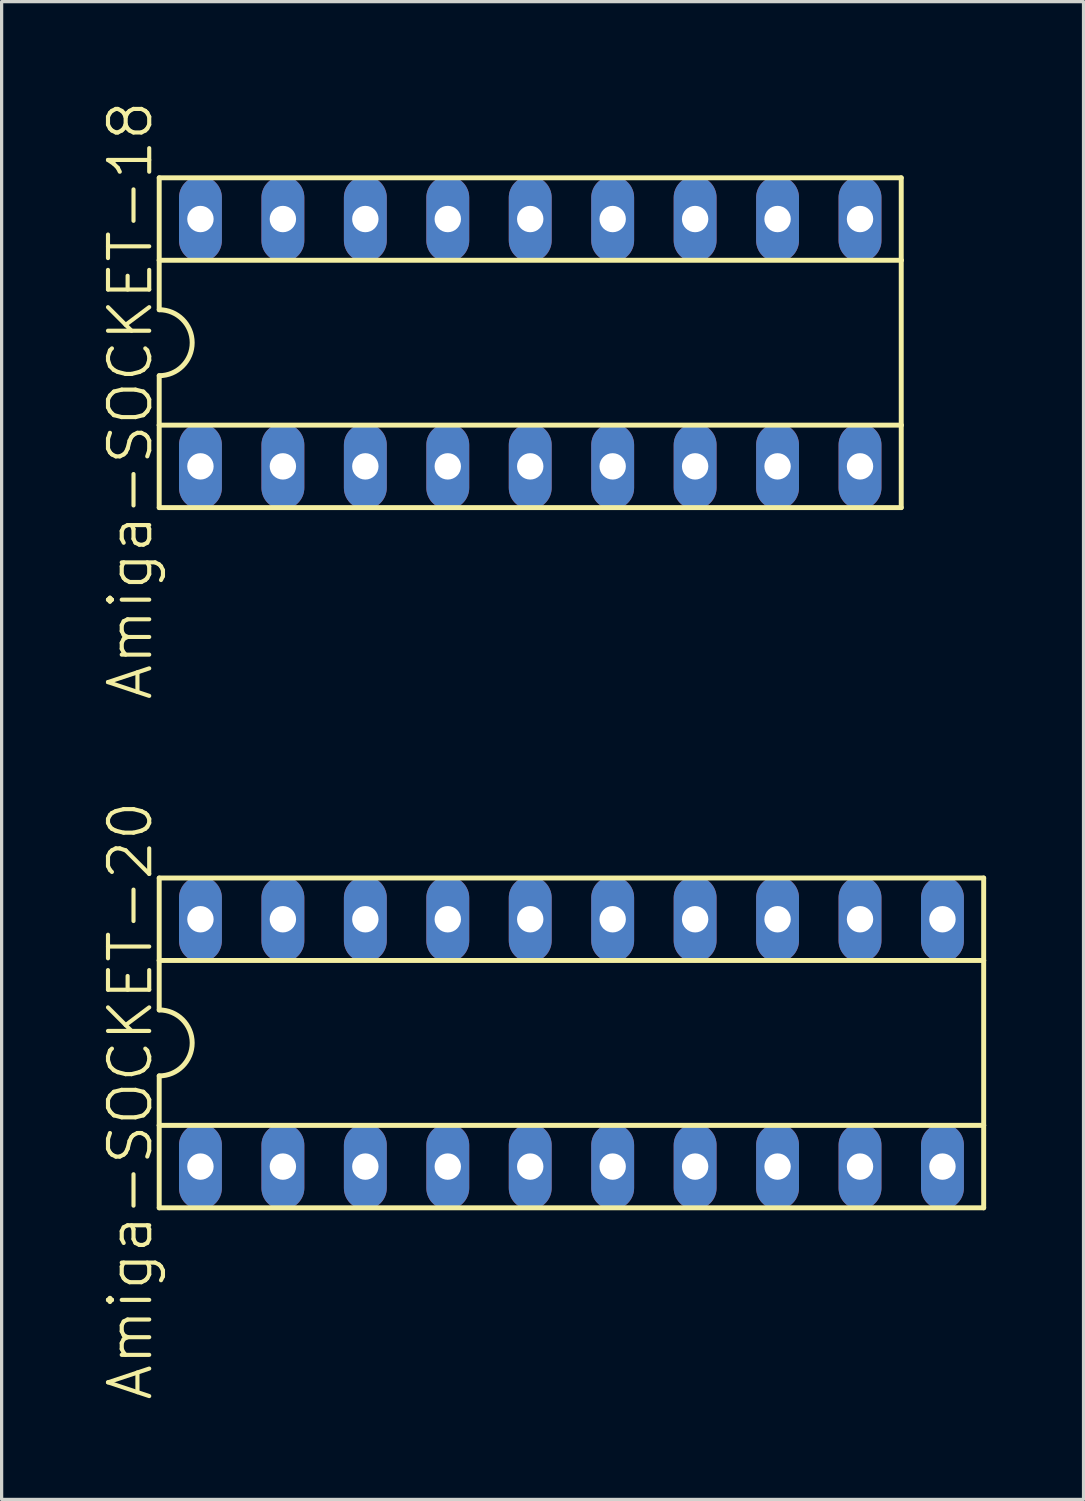
<source format=kicad_pcb>
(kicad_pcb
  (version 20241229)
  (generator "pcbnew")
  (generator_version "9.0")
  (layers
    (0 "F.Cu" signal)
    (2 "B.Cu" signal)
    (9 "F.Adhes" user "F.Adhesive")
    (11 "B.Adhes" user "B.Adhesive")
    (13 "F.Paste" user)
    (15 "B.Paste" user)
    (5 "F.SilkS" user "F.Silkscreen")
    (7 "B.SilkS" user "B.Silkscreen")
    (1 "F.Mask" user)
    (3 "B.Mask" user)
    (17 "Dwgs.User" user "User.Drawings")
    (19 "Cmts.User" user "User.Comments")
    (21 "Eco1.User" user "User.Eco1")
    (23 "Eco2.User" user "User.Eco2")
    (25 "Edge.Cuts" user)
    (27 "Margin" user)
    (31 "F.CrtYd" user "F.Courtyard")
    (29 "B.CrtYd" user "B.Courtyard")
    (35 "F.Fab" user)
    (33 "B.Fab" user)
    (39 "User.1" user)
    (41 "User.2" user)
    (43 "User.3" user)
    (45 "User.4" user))
  (footprint "Amiga-SOCKET-20"
    (layer "F.Cu")
    (at 14.555 29.08)
    (property "Reference" "Amiga-SOCKET-20" (at -13.589 1.778 90) (layer "F.SilkS") (effects (font (size 1.27 1.27) (thickness 0.127))))
    (attr exclude_from_pos_files exclude_from_bom)
    (fp_line (start -12.7 -5.08) (end -12.7 -2.54) (stroke (width 0.152) (type solid)) (layer "F.SilkS"))
    (fp_line (start -12.7 -2.54) (end -12.7 -1.016) (stroke (width 0.152) (type solid)) (layer "F.SilkS"))
    (fp_line (start -12.7 -2.54) (end 12.7 -2.54) (stroke (width 0.152) (type solid)) (layer "F.SilkS"))
    (fp_line (start -12.7 2.54) (end -12.7 1.016) (stroke (width 0.152) (type solid)) (layer "F.SilkS"))
    (fp_line (start -12.7 2.54) (end 12.7 2.54) (stroke (width 0.152) (type solid)) (layer "F.SilkS"))
    (fp_line (start -12.7 5.08) (end -12.7 2.54) (stroke (width 0.152) (type solid)) (layer "F.SilkS"))
    (fp_line (start -12.7 5.08) (end 12.7 5.08) (stroke (width 0.152) (type solid)) (layer "F.SilkS"))
    (fp_line (start 12.7 -5.08) (end -12.7 -5.08) (stroke (width 0.152) (type solid)) (layer "F.SilkS"))
    (fp_line (start 12.7 -5.08) (end 12.7 -2.54) (stroke (width 0.152) (type solid)) (layer "F.SilkS"))
    (fp_line (start 12.7 -2.54) (end 12.7 2.54) (stroke (width 0.152) (type solid)) (layer "F.SilkS"))
    (fp_line (start 12.7 2.54) (end 12.7 5.08) (stroke (width 0.152) (type solid)) (layer "F.SilkS"))
    (fp_arc (start -12.7 -1.016) (mid -11.684 0) (end -12.7 1.016) (stroke (width 0.1524) (type solid)) (layer "F.SilkS"))
    (pad "1" thru_hole oval (at -11.43 3.81 180) (size 1.321 2.642) (drill 0.813) (layers "*.Cu" "*.Paste" "*.Mask"))
    (pad "2" thru_hole oval (at -8.89 3.81 180) (size 1.321 2.642) (drill 0.813) (layers "*.Cu" "*.Paste" "*.Mask"))
    (pad "3" thru_hole oval (at -6.35 3.81 180) (size 1.321 2.642) (drill 0.813) (layers "*.Cu" "*.Paste" "*.Mask"))
    (pad "4" thru_hole oval (at -3.81 3.81 180) (size 1.321 2.642) (drill 0.813) (layers "*.Cu" "*.Paste" "*.Mask"))
    (pad "5" thru_hole oval (at -1.27 3.81 180) (size 1.321 2.642) (drill 0.813) (layers "*.Cu" "*.Paste" "*.Mask"))
    (pad "6" thru_hole oval (at 1.27 3.81 180) (size 1.321 2.642) (drill 0.813) (layers "*.Cu" "*.Paste" "*.Mask"))
    (pad "7" thru_hole oval (at 3.81 3.81 180) (size 1.321 2.642) (drill 0.813) (layers "*.Cu" "*.Paste" "*.Mask"))
    (pad "8" thru_hole oval (at 6.35 3.81 180) (size 1.321 2.642) (drill 0.813) (layers "*.Cu" "*.Paste" "*.Mask"))
    (pad "9" thru_hole oval (at 8.89 3.81 180) (size 1.321 2.642) (drill 0.813) (layers "*.Cu" "*.Paste" "*.Mask"))
    (pad "10" thru_hole oval (at 11.43 3.81 180) (size 1.321 2.642) (drill 0.813) (layers "*.Cu" "*.Paste" "*.Mask"))
    (pad "11" thru_hole oval (at 11.43 -3.81 180) (size 1.321 2.642) (drill 0.813) (layers "*.Cu" "*.Paste" "*.Mask"))
    (pad "12" thru_hole oval (at 8.89 -3.81 180) (size 1.321 2.642) (drill 0.813) (layers "*.Cu" "*.Paste" "*.Mask"))
    (pad "13" thru_hole oval (at 6.35 -3.81 180) (size 1.321 2.642) (drill 0.813) (layers "*.Cu" "*.Paste" "*.Mask"))
    (pad "14" thru_hole oval (at 3.81 -3.81 180) (size 1.321 2.642) (drill 0.813) (layers "*.Cu" "*.Paste" "*.Mask"))
    (pad "15" thru_hole oval (at 1.27 -3.81 180) (size 1.321 2.642) (drill 0.813) (layers "*.Cu" "*.Paste" "*.Mask"))
    (pad "16" thru_hole oval (at -1.27 -3.81 180) (size 1.321 2.642) (drill 0.813) (layers "*.Cu" "*.Paste" "*.Mask"))
    (pad "17" thru_hole oval (at -3.81 -3.81 180) (size 1.321 2.642) (drill 0.813) (layers "*.Cu" "*.Paste" "*.Mask"))
    (pad "18" thru_hole oval (at -6.35 -3.81 180) (size 1.321 2.642) (drill 0.813) (layers "*.Cu" "*.Paste" "*.Mask"))
    (pad "19" thru_hole oval (at -8.89 -3.81 180) (size 1.321 2.642) (drill 0.813) (layers "*.Cu" "*.Paste" "*.Mask"))
    (pad "20" thru_hole oval (at -11.43 -3.81 180) (size 1.321 2.642) (drill 0.813) (layers "*.Cu" "*.Paste" "*.Mask")))
  (footprint "Amiga-SOCKET-18"
    (layer "F.Cu")
    (at 13.285 7.508)
    (property "Reference" "Amiga-SOCKET-18" (at -12.319 1.778 90) (layer "F.SilkS") (effects (font (size 1.27 1.27) (thickness 0.127))))
    (attr exclude_from_pos_files exclude_from_bom)
    (fp_line (start -11.43 -5.08) (end -11.43 -2.54) (stroke (width 0.152) (type solid)) (layer "F.SilkS"))
    (fp_line (start -11.43 -2.54) (end -11.43 -1.016) (stroke (width 0.152) (type solid)) (layer "F.SilkS"))
    (fp_line (start -11.43 -2.54) (end 11.43 -2.54) (stroke (width 0.152) (type solid)) (layer "F.SilkS"))
    (fp_line (start -11.43 2.54) (end -11.43 1.016) (stroke (width 0.152) (type solid)) (layer "F.SilkS"))
    (fp_line (start -11.43 2.54) (end 11.43 2.54) (stroke (width 0.152) (type solid)) (layer "F.SilkS"))
    (fp_line (start -11.43 5.08) (end -11.43 2.54) (stroke (width 0.152) (type solid)) (layer "F.SilkS"))
    (fp_line (start -11.43 5.08) (end 11.43 5.08) (stroke (width 0.152) (type solid)) (layer "F.SilkS"))
    (fp_line (start 11.43 -5.08) (end -11.43 -5.08) (stroke (width 0.152) (type solid)) (layer "F.SilkS"))
    (fp_line (start 11.43 -5.08) (end 11.43 -2.54) (stroke (width 0.152) (type solid)) (layer "F.SilkS"))
    (fp_line (start 11.43 -2.54) (end 11.43 2.54) (stroke (width 0.152) (type solid)) (layer "F.SilkS"))
    (fp_line (start 11.43 2.54) (end 11.43 5.08) (stroke (width 0.152) (type solid)) (layer "F.SilkS"))
    (fp_arc (start -11.43 -1.016) (mid -10.414 0) (end -11.43 1.016) (stroke (width 0.1524) (type solid)) (layer "F.SilkS"))
    (pad "1" thru_hole oval (at -10.16 3.81 180) (size 1.321 2.642) (drill 0.813) (layers "*.Cu" "*.Paste" "*.Mask"))
    (pad "2" thru_hole oval (at -7.62 3.81 180) (size 1.321 2.642) (drill 0.813) (layers "*.Cu" "*.Paste" "*.Mask"))
    (pad "3" thru_hole oval (at -5.08 3.81 180) (size 1.321 2.642) (drill 0.813) (layers "*.Cu" "*.Paste" "*.Mask"))
    (pad "4" thru_hole oval (at -2.54 3.81 180) (size 1.321 2.642) (drill 0.813) (layers "*.Cu" "*.Paste" "*.Mask"))
    (pad "5" thru_hole oval (at 0 3.81 180) (size 1.321 2.642) (drill 0.813) (layers "*.Cu" "*.Paste" "*.Mask"))
    (pad "6" thru_hole oval (at 2.54 3.81 180) (size 1.321 2.642) (drill 0.813) (layers "*.Cu" "*.Paste" "*.Mask"))
    (pad "7" thru_hole oval (at 5.08 3.81 180) (size 1.321 2.642) (drill 0.813) (layers "*.Cu" "*.Paste" "*.Mask"))
    (pad "8" thru_hole oval (at 7.62 3.81 180) (size 1.321 2.642) (drill 0.813) (layers "*.Cu" "*.Paste" "*.Mask"))
    (pad "9" thru_hole oval (at 10.16 3.81 180) (size 1.321 2.642) (drill 0.813) (layers "*.Cu" "*.Paste" "*.Mask"))
    (pad "10" thru_hole oval (at 10.16 -3.81 180) (size 1.321 2.642) (drill 0.813) (layers "*.Cu" "*.Paste" "*.Mask"))
    (pad "11" thru_hole oval (at 7.62 -3.81 180) (size 1.321 2.642) (drill 0.813) (layers "*.Cu" "*.Paste" "*.Mask"))
    (pad "12" thru_hole oval (at 5.08 -3.81 180) (size 1.321 2.642) (drill 0.813) (layers "*.Cu" "*.Paste" "*.Mask"))
    (pad "13" thru_hole oval (at 2.54 -3.81 180) (size 1.321 2.642) (drill 0.813) (layers "*.Cu" "*.Paste" "*.Mask"))
    (pad "14" thru_hole oval (at 0 -3.81 180) (size 1.321 2.642) (drill 0.813) (layers "*.Cu" "*.Paste" "*.Mask"))
    (pad "15" thru_hole oval (at -2.54 -3.81 180) (size 1.321 2.642) (drill 0.813) (layers "*.Cu" "*.Paste" "*.Mask"))
    (pad "16" thru_hole oval (at -5.08 -3.81 180) (size 1.321 2.642) (drill 0.813) (layers "*.Cu" "*.Paste" "*.Mask"))
    (pad "17" thru_hole oval (at -7.62 -3.81 180) (size 1.321 2.642) (drill 0.813) (layers "*.Cu" "*.Paste" "*.Mask"))
    (pad "18" thru_hole oval (at -10.16 -3.81 180) (size 1.321 2.642) (drill 0.813) (layers "*.Cu" "*.Paste" "*.Mask")))
  (gr_rect
    (start -3 -3)
    (end 30.331 43.144)
    (stroke (width 0.1) (type default))
    (fill no)
    (layer "Edge.Cuts")))
</source>
